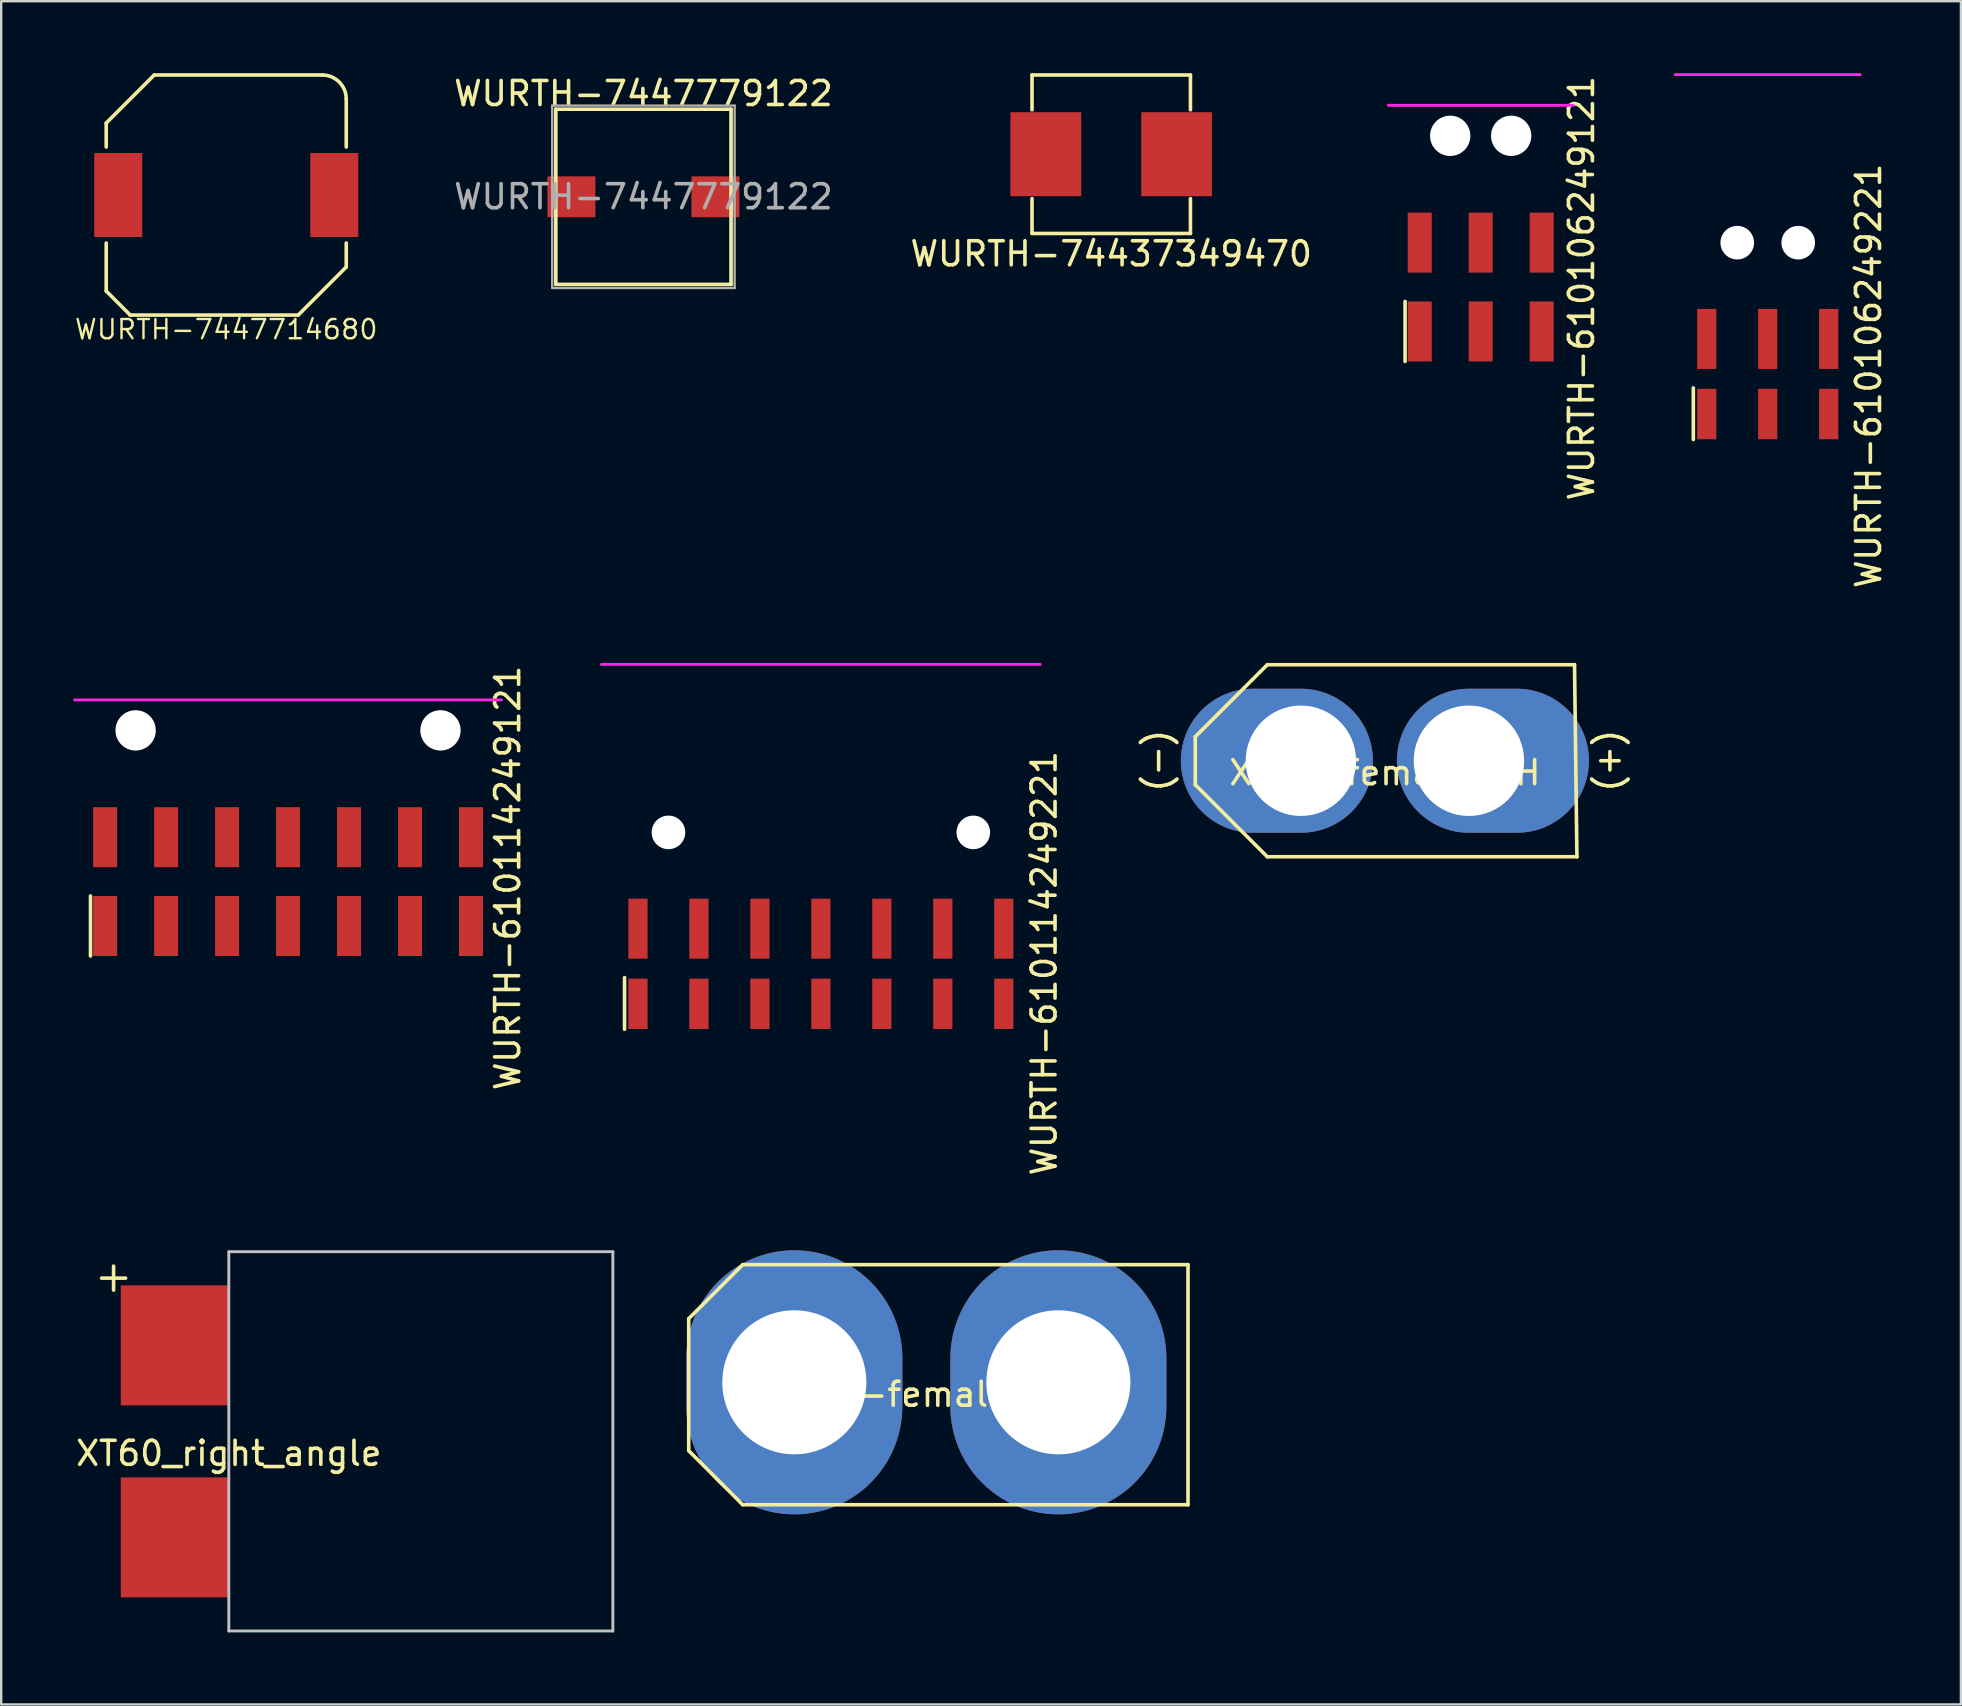
<source format=kicad_pcb>
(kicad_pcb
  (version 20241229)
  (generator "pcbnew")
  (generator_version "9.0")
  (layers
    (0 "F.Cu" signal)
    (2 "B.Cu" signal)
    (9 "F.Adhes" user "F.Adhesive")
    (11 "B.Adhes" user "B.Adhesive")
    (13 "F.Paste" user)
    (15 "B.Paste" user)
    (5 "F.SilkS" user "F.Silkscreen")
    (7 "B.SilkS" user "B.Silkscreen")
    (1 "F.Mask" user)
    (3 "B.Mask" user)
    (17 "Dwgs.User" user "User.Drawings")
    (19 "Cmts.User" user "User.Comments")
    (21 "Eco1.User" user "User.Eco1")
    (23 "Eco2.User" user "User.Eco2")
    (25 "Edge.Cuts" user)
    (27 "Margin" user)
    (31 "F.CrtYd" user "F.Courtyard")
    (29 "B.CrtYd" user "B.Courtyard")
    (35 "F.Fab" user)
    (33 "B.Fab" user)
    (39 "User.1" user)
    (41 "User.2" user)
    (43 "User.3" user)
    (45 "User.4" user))
  (footprint "XT60_right_angle"
    (layer "F.Cu")
    (at 6.482 56.997)
    (property "Reference" "XT60_right_angle" (at 0 0.5 0) (layer "F.SilkS") (effects (font (size 1 1) (thickness 0.15))))
    (attr through_hole)
    (fp_line (start -5.3 -6.8) (end -4.3 -6.8) (stroke (width 0.15) (type solid)) (layer "F.SilkS"))
    (fp_line (start -4.8 -6.3) (end -4.8 -7.3) (stroke (width 0.15) (type solid)) (layer "F.SilkS"))
    (fp_line (start 0 -7.9) (end 16 -7.9) (stroke (width 0.12) (type solid)) (layer "Dwgs.User"))
    (fp_line (start 0 7.9) (end 0 -7.9) (stroke (width 0.12) (type solid)) (layer "Dwgs.User"))
    (fp_line (start 16 -7.9) (end 16 7.9) (stroke (width 0.12) (type solid)) (layer "Dwgs.User"))
    (fp_line (start 16 7.9) (end 0 7.9) (stroke (width 0.12) (type solid)) (layer "Dwgs.User"))
    (pad "1" smd rect (at -2.25 -4) (size 4.5 5) (layers "F.Cu" "F.Mask" "F.Paste"))
    (pad "2" smd rect (at -2.25 4) (size 4.5 5) (layers "F.Cu" "F.Mask" "F.Paste")))
  (footprint "WURTH-74437349470"
    (layer "F.Cu")
    (at 43.244 3.375)
    (property "Reference" "WURTH-74437349470" (at 0 4.15 0) (layer "F.SilkS") (effects (font (size 1 1) (thickness 0.15))))
    (attr through_hole)
    (fp_line (start -3.3 -3.3) (end -3.3 -1.85) (stroke (width 0.15) (type solid)) (layer "F.SilkS"))
    (fp_line (start -3.3 -3.3) (end 3.3 -3.3) (stroke (width 0.15) (type solid)) (layer "F.SilkS"))
    (fp_line (start -3.3 3.3) (end -3.3 1.85) (stroke (width 0.15) (type solid)) (layer "F.SilkS"))
    (fp_line (start 3.3 -3.3) (end 3.3 -1.85) (stroke (width 0.15) (type solid)) (layer "F.SilkS"))
    (fp_line (start 3.3 3.3) (end -3.3 3.3) (stroke (width 0.15) (type solid)) (layer "F.SilkS"))
    (fp_line (start 3.3 3.3) (end 3.3 1.85) (stroke (width 0.15) (type solid)) (layer "F.SilkS"))
    (pad "1" smd rect (at -2.725 0) (size 2.95 3.5) (layers "F.Cu" "F.Mask" "F.Paste"))
    (pad "2" smd rect (at 2.725 0) (size 2.95 3.5) (layers "F.Cu" "F.Mask" "F.Paste")))
  (footprint "WURTH-610106249221"
    (layer "F.Cu")
    (at 70.594 7.06)
    (property "Reference" "WURTH-610106249221" (at 4.2 5.55 90) (layer "F.SilkS") (effects (font (size 1 1) (thickness 0.15))))
    (attr through_hole)
    (fp_line (start -3.1 6.05) (end -3.1 8.2) (stroke (width 0.15) (type solid)) (layer "F.SilkS"))
    (fp_line (start -3.85 -7) (end 3.85 -7) (stroke (width 0.12) (type solid)) (layer "F.CrtYd"))
    (pad "" np_thru_hole circle (at -1.27 0) (size 1.4 1.4) (drill 1.4) (layers "*.Cu" "*.Mask"))
    (pad "" np_thru_hole circle (at 1.27 0) (size 1.4 1.4) (drill 1.4) (layers "*.Cu" "*.Mask"))
    (pad "1" smd rect (at -2.54 7.14) (size 0.8 2.1) (layers "F.Cu" "F.Mask" "F.Paste"))
    (pad "2" smd rect (at -2.54 4.01) (size 0.8 2.5) (layers "F.Cu" "F.Mask" "F.Paste"))
    (pad "3" smd rect (at 0 7.14) (size 0.8 2.1) (layers "F.Cu" "F.Mask" "F.Paste"))
    (pad "4" smd rect (at 0 4.01) (size 0.8 2.5) (layers "F.Cu" "F.Mask" "F.Paste"))
    (pad "5" smd rect (at 2.54 7.14) (size 0.8 2.1) (layers "F.Cu" "F.Mask" "F.Paste"))
    (pad "6" smd rect (at 2.54 4.01) (size 0.8 2.5) (layers "F.Cu" "F.Mask" "F.Paste")))
  (footprint "WURTH-610114249221"
    (layer "F.Cu")
    (at 31.148 31.628)
    (property "Reference" "WURTH-610114249221" (at 9.3 5.45 90) (layer "F.SilkS") (effects (font (size 1 1) (thickness 0.15))))
    (attr through_hole)
    (fp_line (start -8.18 6.05) (end -8.18 8.2) (stroke (width 0.15) (type solid)) (layer "F.SilkS"))
    (fp_line (start -9.14 -7) (end 9.14 -7) (stroke (width 0.12) (type solid)) (layer "F.CrtYd"))
    (pad "" np_thru_hole circle (at -6.35 0) (size 1.4 1.4) (drill 1.4) (layers "*.Cu" "*.Mask"))
    (pad "" np_thru_hole circle (at 6.35 0) (size 1.4 1.4) (drill 1.4) (layers "*.Cu" "*.Mask"))
    (pad "1" smd rect (at 7.62 7.14) (size 0.8 2.1) (layers "F.Cu" "F.Mask" "F.Paste"))
    (pad "2" smd rect (at 7.62 4.01) (size 0.8 2.5) (layers "F.Cu" "F.Mask" "F.Paste"))
    (pad "3" smd rect (at 5.08 7.14) (size 0.8 2.1) (layers "F.Cu" "F.Mask" "F.Paste"))
    (pad "4" smd rect (at 5.08 4.01) (size 0.8 2.5) (layers "F.Cu" "F.Mask" "F.Paste"))
    (pad "5" smd rect (at 2.54 7.14) (size 0.8 2.1) (layers "F.Cu" "F.Mask" "F.Paste"))
    (pad "6" smd rect (at 2.54 4.01) (size 0.8 2.5) (layers "F.Cu" "F.Mask" "F.Paste"))
    (pad "7" smd rect (at 0 7.14) (size 0.8 2.1) (layers "F.Cu" "F.Mask" "F.Paste"))
    (pad "8" smd rect (at 0 4.01) (size 0.8 2.5) (layers "F.Cu" "F.Mask" "F.Paste"))
    (pad "9" smd rect (at -2.54 7.14) (size 0.8 2.1) (layers "F.Cu" "F.Mask" "F.Paste"))
    (pad "10" smd rect (at -2.54 4.01) (size 0.8 2.5) (layers "F.Cu" "F.Mask" "F.Paste"))
    (pad "11" smd rect (at -5.08 7.14) (size 0.8 2.1) (layers "F.Cu" "F.Mask" "F.Paste"))
    (pad "12" smd rect (at -5.08 4.01) (size 0.8 2.5) (layers "F.Cu" "F.Mask" "F.Paste"))
    (pad "13" smd rect (at -7.62 7.14) (size 0.8 2.1) (layers "F.Cu" "F.Mask" "F.Paste"))
    (pad "14" smd rect (at -7.62 4.01) (size 0.8 2.5) (layers "F.Cu" "F.Mask" "F.Paste")))
  (footprint "XT60-female-TH"
    (layer "F.Cu")
    (at 54.645 28.643)
    (property "Reference" "XT60-female-TH" (at 0 0.5 0) (layer "F.SilkS") (effects (font (size 1 1) (thickness 0.15))))
    (attr through_hole)
    (fp_line (start -7.9 -1) (end -7.9 1) (stroke (width 0.15) (type solid)) (layer "F.SilkS"))
    (fp_line (start -7.9 1) (end -4.9 4) (stroke (width 0.15) (type solid)) (layer "F.SilkS"))
    (fp_line (start -4.9 -4) (end -7.9 -1) (stroke (width 0.15) (type solid)) (layer "F.SilkS"))
    (fp_line (start -4.9 4) (end 8 4) (stroke (width 0.15) (type solid)) (layer "F.SilkS"))
    (fp_line (start 7.9 -4) (end -4.9 -4) (stroke (width 0.15) (type solid)) (layer "F.SilkS"))
    (fp_line (start 8 4) (end 7.9 -4) (stroke (width 0.15) (type solid)) (layer "F.SilkS"))
    (fp_text user "(+)" (at 9.3 0 90) (layer "F.SilkS") (effects (font (size 1 1) (thickness 0.15))))
    (fp_text user "(-)" (at -9.5 0 90) (layer "F.SilkS") (effects (font (size 1 1) (thickness 0.15))))
    (pad "1" thru_hole oval (at -3.5 0 270) (size 6 8) (drill 4.6 (offset 0 1)) (layers "*.Cu" "*.Mask"))
    (pad "2" thru_hole oval (at 3.5 0 90) (size 6 8) (drill 4.6 (offset 0 1)) (layers "*.Cu" "*.Mask")))
  (footprint "WURTH-7447779122"
    (layer "F.Cu")
    (at 23.755 5.148)
    (property "Reference" "WURTH-7447779122" (at 0 -4.3 0) (layer "F.SilkS") (effects (font (size 1 1) (thickness 0.15))))
    (attr smd)
    (fp_line (start -3.65 -3.65) (end -3.65 3.65) (stroke (width 0.15) (type solid)) (layer "F.SilkS"))
    (fp_line (start -3.65 -3.65) (end 3.65 -3.65) (stroke (width 0.15) (type solid)) (layer "F.SilkS"))
    (fp_line (start -3.65 3.65) (end 3.65 3.65) (stroke (width 0.15) (type solid)) (layer "F.SilkS"))
    (fp_line (start 3.65 -3.65) (end 3.65 3.65) (stroke (width 0.15) (type solid)) (layer "F.SilkS"))
    (fp_line (start -3.8 -3.8) (end -3.8 3.8) (stroke (width 0.1) (type solid)) (layer "F.Fab"))
    (fp_line (start -3.8 -3.8) (end 3.8 -3.8) (stroke (width 0.1) (type solid)) (layer "F.Fab"))
    (fp_line (start 3.8 3.8) (end -3.8 3.8) (stroke (width 0.1) (type solid)) (layer "F.Fab"))
    (fp_line (start 3.8 3.8) (end 3.8 -3.8) (stroke (width 0.1) (type solid)) (layer "F.Fab"))
    (fp_text user "${REFERENCE}" (at 0 0 0) (layer "F.Fab") (effects (font (size 1 1) (thickness 0.15))))
    (pad "1" smd rect (at -3 0) (size 2 1.7) (layers "F.Cu" "F.Mask" "F.Paste"))
    (pad "2" smd rect (at 3 0) (size 2 1.7) (layers "F.Cu" "F.Mask" "F.Paste")))
  (footprint "WURTH-610114249121"
    (layer "F.Cu")
    (at 8.95 27.377)
    (property "Reference" "WURTH-610114249121" (at 9.15 6.15 90) (layer "F.SilkS") (effects (font (size 1 1) (thickness 0.15))))
    (attr through_hole)
    (fp_line (start -8.23 6.9) (end -8.23 9.4) (stroke (width 0.15) (type solid)) (layer "F.SilkS"))
    (fp_line (start -8.89 -1.27) (end 8.89 -1.27) (stroke (width 0.12) (type solid)) (layer "F.CrtYd"))
    (pad "" np_thru_hole circle (at -6.35 0) (size 1.68 1.68) (drill 1.68) (layers "*.Cu" "*.Mask"))
    (pad "" np_thru_hole circle (at 6.35 0) (size 1.68 1.68) (drill 1.68) (layers "*.Cu" "*.Mask"))
    (pad "1" smd rect (at -7.62 8.15) (size 1 2.5) (layers "F.Cu" "F.Mask" "F.Paste"))
    (pad "2" smd rect (at -7.62 4.45) (size 1 2.5) (layers "F.Cu" "F.Mask" "F.Paste"))
    (pad "3" smd rect (at -5.08 8.15) (size 1 2.5) (layers "F.Cu" "F.Mask" "F.Paste"))
    (pad "4" smd rect (at -5.08 4.45) (size 1 2.5) (layers "F.Cu" "F.Mask" "F.Paste"))
    (pad "5" smd rect (at -2.54 8.15) (size 1 2.5) (layers "F.Cu" "F.Mask" "F.Paste"))
    (pad "6" smd rect (at -2.54 4.45) (size 1 2.5) (layers "F.Cu" "F.Mask" "F.Paste"))
    (pad "7" smd rect (at 0 8.15) (size 1 2.5) (layers "F.Cu" "F.Mask" "F.Paste"))
    (pad "8" smd rect (at 0 4.45) (size 1 2.5) (layers "F.Cu" "F.Mask" "F.Paste"))
    (pad "9" smd rect (at 2.54 8.15) (size 1 2.5) (layers "F.Cu" "F.Mask" "F.Paste"))
    (pad "10" smd rect (at 2.54 4.45) (size 1 2.5) (layers "F.Cu" "F.Mask" "F.Paste"))
    (pad "11" smd rect (at 5.08 8.15) (size 1 2.5) (layers "F.Cu" "F.Mask" "F.Paste"))
    (pad "12" smd rect (at 5.08 4.45) (size 1 2.5) (layers "F.Cu" "F.Mask" "F.Paste"))
    (pad "13" smd rect (at 7.62 8.15) (size 1 2.5) (layers "F.Cu" "F.Mask" "F.Paste"))
    (pad "14" smd rect (at 7.62 4.45) (size 1 2.5) (layers "F.Cu" "F.Mask" "F.Paste")))
  (footprint "WURTH-610106249121"
    (layer "F.Cu")
    (at 58.636 2.608)
    (property "Reference" "WURTH-610106249121" (at 4.2 6.35 90) (layer "F.SilkS") (effects (font (size 1 1) (thickness 0.15))))
    (attr through_hole)
    (fp_line (start -3.15 6.9) (end -3.15 9.4) (stroke (width 0.15) (type solid)) (layer "F.SilkS"))
    (fp_line (start -3.85 -1.27) (end 3.85 -1.27) (stroke (width 0.12) (type solid)) (layer "F.CrtYd"))
    (pad "" np_thru_hole circle (at -1.27 0) (size 1.68 1.68) (drill 1.68) (layers "*.Cu" "*.Mask"))
    (pad "" np_thru_hole circle (at 1.27 0) (size 1.68 1.68) (drill 1.68) (layers "*.Cu" "*.Mask"))
    (pad "1" smd rect (at -2.54 8.15) (size 1 2.5) (layers "F.Cu" "F.Mask" "F.Paste"))
    (pad "2" smd rect (at -2.54 4.45) (size 1 2.5) (layers "F.Cu" "F.Mask" "F.Paste"))
    (pad "3" smd rect (at 0 8.15) (size 1 2.5) (layers "F.Cu" "F.Mask" "F.Paste"))
    (pad "4" smd rect (at 0 4.45) (size 1 2.5) (layers "F.Cu" "F.Mask" "F.Paste"))
    (pad "5" smd rect (at 2.54 8.15) (size 1 2.5) (layers "F.Cu" "F.Mask" "F.Paste"))
    (pad "6" smd rect (at 2.54 4.45) (size 1 2.5) (layers "F.Cu" "F.Mask" "F.Paste")))
  (footprint "XT90-female-TH"
    (layer "F.Cu")
    (at 35.542 54.537)
    (property "Reference" "XT90-female-TH" (at 0 0.5 0) (layer "F.SilkS") (effects (font (size 1 1) (thickness 0.15))))
    (attr through_hole)
    (fp_line (start -9.9 -2.65) (end -9.9 2.85) (stroke (width 0.15) (type solid)) (layer "F.SilkS"))
    (fp_line (start -9.9 2.85) (end -7.65 5.1) (stroke (width 0.15) (type solid)) (layer "F.SilkS"))
    (fp_line (start -7.65 -4.9) (end -9.9 -2.65) (stroke (width 0.15) (type solid)) (layer "F.SilkS"))
    (fp_line (start -7.65 5.1) (end 10.9 5.1) (stroke (width 0.15) (type solid)) (layer "F.SilkS"))
    (fp_line (start 10.9 -4.9) (end -7.65 -4.9) (stroke (width 0.15) (type solid)) (layer "F.SilkS"))
    (fp_line (start 10.9 5.1) (end 10.9 -4.9) (stroke (width 0.15) (type solid)) (layer "F.SilkS"))
    (pad "1" thru_hole oval (at -5.5 0) (size 9 11) (drill 6) (layers "*.Cu" "*.Mask"))
    (pad "2" thru_hole oval (at 5.5 0) (size 9 11) (drill 6) (layers "*.Cu" "*.Mask")))
  (footprint "WURTH-7447714680"
    (layer "F.Cu")
    (at 6.375 5.075)
    (property "Reference" "WURTH-7447714680" (at 0 5.6 0) (layer "F.SilkS") (effects (font (size 0.8 0.8) (thickness 0.1))))
    (attr smd)
    (fp_line (start -5 -3) (end -5 -2) (stroke (width 0.15) (type solid)) (layer "F.SilkS"))
    (fp_line (start -5 -3) (end -3 -5) (stroke (width 0.15) (type solid)) (layer "F.SilkS"))
    (fp_line (start -5 4) (end -5 2) (stroke (width 0.15) (type solid)) (layer "F.SilkS"))
    (fp_line (start -5 4) (end -4 5) (stroke (width 0.15) (type solid)) (layer "F.SilkS"))
    (fp_line (start -3 -5) (end 4 -5) (stroke (width 0.15) (type solid)) (layer "F.SilkS"))
    (fp_line (start 3 5) (end -4 5) (stroke (width 0.15) (type solid)) (layer "F.SilkS"))
    (fp_line (start 3 5) (end 5 3) (stroke (width 0.15) (type solid)) (layer "F.SilkS"))
    (fp_line (start 5 -4) (end 5 -2) (stroke (width 0.15) (type solid)) (layer "F.SilkS"))
    (fp_line (start 5 2) (end 5 3) (stroke (width 0.15) (type solid)) (layer "F.SilkS"))
    (fp_arc (start 4 -5) (mid 4.707107 -4.707107) (end 5 -4) (stroke (width 0.15) (type solid)) (layer "F.SilkS"))
    (pad "1" smd rect (at -4.5 0) (size 2 3.5) (layers "F.Cu" "F.Mask" "F.Paste"))
    (pad "2" smd rect (at 4.5 0) (size 2 3.5) (layers "F.Cu" "F.Mask" "F.Paste")))
  (gr_rect
    (start -3 -3)
    (end 78.642 67.957)
    (stroke (width 0.1) (type default))
    (fill no)
    (layer "Edge.Cuts")))
</source>
